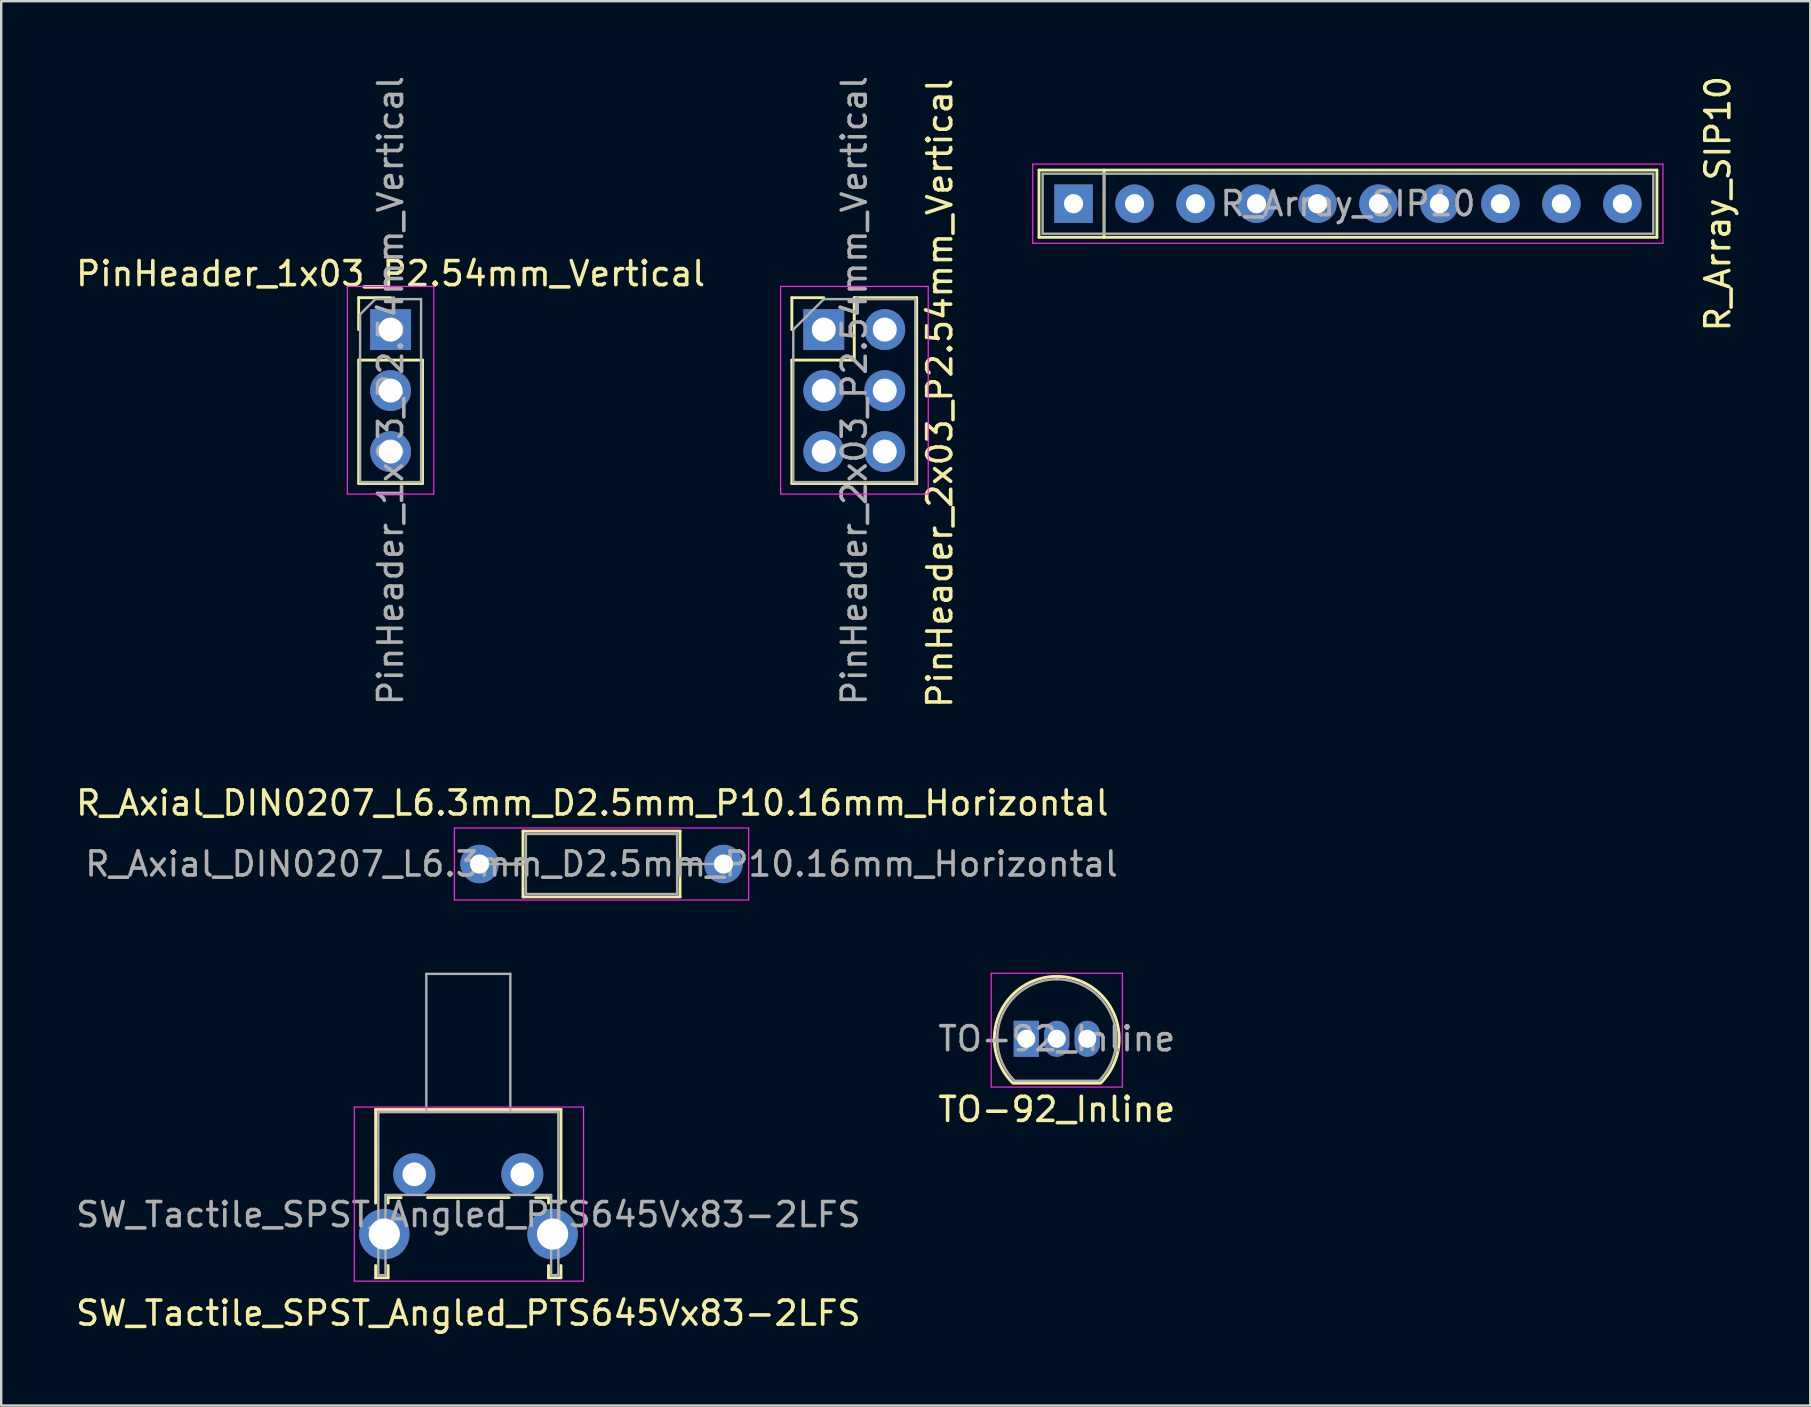
<source format=kicad_pcb>
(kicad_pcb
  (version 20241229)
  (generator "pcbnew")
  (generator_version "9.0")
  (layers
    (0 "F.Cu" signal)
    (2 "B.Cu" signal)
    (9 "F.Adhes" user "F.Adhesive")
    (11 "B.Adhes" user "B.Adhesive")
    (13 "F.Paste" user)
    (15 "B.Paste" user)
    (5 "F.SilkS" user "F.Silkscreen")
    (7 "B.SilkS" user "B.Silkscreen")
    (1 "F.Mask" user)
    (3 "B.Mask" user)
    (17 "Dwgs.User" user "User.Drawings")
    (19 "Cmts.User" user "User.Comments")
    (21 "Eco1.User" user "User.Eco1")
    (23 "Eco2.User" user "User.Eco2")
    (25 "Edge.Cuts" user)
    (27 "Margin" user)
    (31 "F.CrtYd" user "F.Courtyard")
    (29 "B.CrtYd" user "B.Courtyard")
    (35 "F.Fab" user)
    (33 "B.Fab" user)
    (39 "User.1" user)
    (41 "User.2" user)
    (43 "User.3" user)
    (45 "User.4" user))
  (footprint "SW_Tactile_SPST_Angled_PTS645Vx83-2LFS"
    (layer "F.Cu")
    (at 14.208 45.866)
    (property "Reference" "SW_Tactile_SPST_Angled_PTS645Vx83-2LFS" (at 2.25 5.785 0) (layer "F.SilkS") (effects (font (size 1 1) (thickness 0.15))))
    (attr through_hole)
    (fp_line (start -1.61 -2.7) (end -1.61 1.2) (stroke (width 0.12) (type solid)) (layer "F.SilkS"))
    (fp_line (start -1.61 -2.7) (end 6.11 -2.7) (stroke (width 0.12) (type solid)) (layer "F.SilkS"))
    (fp_line (start -1.61 3.8) (end -1.61 4.31) (stroke (width 0.12) (type solid)) (layer "F.SilkS"))
    (fp_line (start -1.61 4.31) (end -1.09 4.31) (stroke (width 0.12) (type solid)) (layer "F.SilkS"))
    (fp_line (start -1.09 0.97) (end -1.09 1.2) (stroke (width 0.12) (type solid)) (layer "F.SilkS"))
    (fp_line (start -1.09 0.97) (end -0.55 0.97) (stroke (width 0.12) (type solid)) (layer "F.SilkS"))
    (fp_line (start -1.09 3.8) (end -1.09 4.31) (stroke (width 0.12) (type solid)) (layer "F.SilkS"))
    (fp_line (start 0.55 0.97) (end 3.95 0.97) (stroke (width 0.12) (type solid)) (layer "F.SilkS"))
    (fp_line (start 5.05 0.97) (end 5.59 0.97) (stroke (width 0.12) (type solid)) (layer "F.SilkS"))
    (fp_line (start 5.59 0.97) (end 5.59 1.2) (stroke (width 0.12) (type solid)) (layer "F.SilkS"))
    (fp_line (start 5.59 3.8) (end 5.59 4.31) (stroke (width 0.12) (type solid)) (layer "F.SilkS"))
    (fp_line (start 5.59 4.31) (end 6.11 4.31) (stroke (width 0.12) (type solid)) (layer "F.SilkS"))
    (fp_line (start 6.11 -2.7) (end 6.11 1.2) (stroke (width 0.12) (type solid)) (layer "F.SilkS"))
    (fp_line (start 6.11 3.8) (end 6.11 4.31) (stroke (width 0.12) (type solid)) (layer "F.SilkS"))
    (fp_line (start -2.5 -2.8) (end 7.05 -2.8) (stroke (width 0.05) (type solid)) (layer "F.CrtYd"))
    (fp_line (start -2.5 4.45) (end -2.5 -2.8) (stroke (width 0.05) (type solid)) (layer "F.CrtYd"))
    (fp_line (start 7.05 -2.8) (end 7.05 4.45) (stroke (width 0.05) (type solid)) (layer "F.CrtYd"))
    (fp_line (start 7.05 4.45) (end -2.5 4.45) (stroke (width 0.05) (type solid)) (layer "F.CrtYd"))
    (fp_line (start -1.5 -2.59) (end 6 -2.59) (stroke (width 0.1) (type solid)) (layer "F.Fab"))
    (fp_line (start -1.5 4.2) (end -1.5 -2.59) (stroke (width 0.1) (type solid)) (layer "F.Fab"))
    (fp_line (start -1.5 4.2) (end -1.2 4.2) (stroke (width 0.1) (type solid)) (layer "F.Fab"))
    (fp_line (start -1.2 0.86) (end 5.7 0.86) (stroke (width 0.1) (type solid)) (layer "F.Fab"))
    (fp_line (start -1.2 4.2) (end -1.2 0.86) (stroke (width 0.1) (type solid)) (layer "F.Fab"))
    (fp_line (start 0.5 -8.35) (end 0.5 -2.59) (stroke (width 0.1) (type solid)) (layer "F.Fab"))
    (fp_line (start 0.5 -8.35) (end 4 -8.35) (stroke (width 0.1) (type solid)) (layer "F.Fab"))
    (fp_line (start 4 -8.35) (end 4 -2.59) (stroke (width 0.1) (type solid)) (layer "F.Fab"))
    (fp_line (start 5.7 4.2) (end 5.7 0.86) (stroke (width 0.1) (type solid)) (layer "F.Fab"))
    (fp_line (start 5.7 4.2) (end 6 4.2) (stroke (width 0.1) (type solid)) (layer "F.Fab"))
    (fp_line (start 6 4.2) (end 6 -2.59) (stroke (width 0.1) (type solid)) (layer "F.Fab"))
    (fp_text user "${REFERENCE}" (at 2.25 1.68 0) (layer "F.Fab") (effects (font (size 1 1) (thickness 0.15))))
    (pad "" thru_hole circle (at -1.25 2.49) (size 2.1 2.1) (drill 1.3) (layers "*.Cu" "*.Mask"))
    (pad "" thru_hole circle (at 5.76 2.49) (size 2.1 2.1) (drill 1.3) (layers "*.Cu" "*.Mask"))
    (pad "1" thru_hole circle (at 0 0) (size 1.75 1.75) (drill 0.99) (layers "*.Cu" "*.Mask"))
    (pad "2" thru_hole circle (at 4.5 0) (size 1.75 1.75) (drill 0.99) (layers "*.Cu" "*.Mask")))
  (footprint "PinHeader_2x03_P2.54mm_Vertical"
    (layer "F.Cu")
    (at 31.265 10.68)
    (property "Reference" "PinHeader_2x03_P2.54mm_Vertical" (at 4.831 2.652 270) (layer "F.SilkS") (effects (font (size 1 1) (thickness 0.15))))
    (attr through_hole)
    (fp_line (start -1.33 -1.33) (end 0 -1.33) (stroke (width 0.12) (type solid)) (layer "F.SilkS"))
    (fp_line (start -1.33 0) (end -1.33 -1.33) (stroke (width 0.12) (type solid)) (layer "F.SilkS"))
    (fp_line (start -1.33 1.27) (end -1.33 6.41) (stroke (width 0.12) (type solid)) (layer "F.SilkS"))
    (fp_line (start -1.33 1.27) (end 1.27 1.27) (stroke (width 0.12) (type solid)) (layer "F.SilkS"))
    (fp_line (start -1.33 6.41) (end 3.87 6.41) (stroke (width 0.12) (type solid)) (layer "F.SilkS"))
    (fp_line (start 1.27 -1.33) (end 3.87 -1.33) (stroke (width 0.12) (type solid)) (layer "F.SilkS"))
    (fp_line (start 1.27 1.27) (end 1.27 -1.33) (stroke (width 0.12) (type solid)) (layer "F.SilkS"))
    (fp_line (start 3.87 -1.33) (end 3.87 6.41) (stroke (width 0.12) (type solid)) (layer "F.SilkS"))
    (fp_line (start -1.8 -1.8) (end -1.8 6.85) (stroke (width 0.05) (type solid)) (layer "F.CrtYd"))
    (fp_line (start -1.8 6.85) (end 4.35 6.85) (stroke (width 0.05) (type solid)) (layer "F.CrtYd"))
    (fp_line (start 4.35 -1.8) (end -1.8 -1.8) (stroke (width 0.05) (type solid)) (layer "F.CrtYd"))
    (fp_line (start 4.35 6.85) (end 4.35 -1.8) (stroke (width 0.05) (type solid)) (layer "F.CrtYd"))
    (fp_line (start -1.27 0) (end 0 -1.27) (stroke (width 0.1) (type solid)) (layer "F.Fab"))
    (fp_line (start -1.27 6.35) (end -1.27 0) (stroke (width 0.1) (type solid)) (layer "F.Fab"))
    (fp_line (start 0 -1.27) (end 3.81 -1.27) (stroke (width 0.1) (type solid)) (layer "F.Fab"))
    (fp_line (start 3.81 -1.27) (end 3.81 6.35) (stroke (width 0.1) (type solid)) (layer "F.Fab"))
    (fp_line (start 3.81 6.35) (end -1.27 6.35) (stroke (width 0.1) (type solid)) (layer "F.Fab"))
    (fp_text user "${REFERENCE}" (at 1.27 2.54 90) (layer "F.Fab") (effects (font (size 1 1) (thickness 0.15))))
    (pad "1" thru_hole rect (at 0 0) (size 1.7 1.7) (drill 1) (layers "*.Cu" "*.Mask"))
    (pad "2" thru_hole oval (at 2.54 0) (size 1.7 1.7) (drill 1) (layers "*.Cu" "*.Mask"))
    (pad "3" thru_hole oval (at 0 2.54) (size 1.7 1.7) (drill 1) (layers "*.Cu" "*.Mask"))
    (pad "4" thru_hole oval (at 2.54 2.54) (size 1.7 1.7) (drill 1) (layers "*.Cu" "*.Mask"))
    (pad "5" thru_hole oval (at 0 5.08) (size 1.7 1.7) (drill 1) (layers "*.Cu" "*.Mask"))
    (pad "6" thru_hole oval (at 2.54 5.08) (size 1.7 1.7) (drill 1) (layers "*.Cu" "*.Mask")))
  (footprint "TO-92_Inline"
    (layer "F.Cu")
    (at 39.7 40.221)
    (property "Reference" "TO-92_Inline" (at 1.27 2.942 180) (layer "F.SilkS") (effects (font (size 1 1) (thickness 0.15))))
    (attr through_hole)
    (fp_line (start -0.53 1.85) (end 3.07 1.85) (stroke (width 0.12) (type solid)) (layer "F.SilkS"))
    (fp_arc (start -0.568478 1.838478) (mid -1.132087 -0.994977) (end 1.27 -2.6) (stroke (width 0.12) (type solid)) (layer "F.SilkS"))
    (fp_arc (start 1.27 -2.6) (mid 3.672087 -0.994977) (end 3.108478 1.838478) (stroke (width 0.12) (type solid)) (layer "F.SilkS"))
    (fp_line (start -1.46 -2.73) (end -1.46 2.01) (stroke (width 0.05) (type solid)) (layer "F.CrtYd"))
    (fp_line (start -1.46 -2.73) (end 4 -2.73) (stroke (width 0.05) (type solid)) (layer "F.CrtYd"))
    (fp_line (start 4 2.01) (end -1.46 2.01) (stroke (width 0.05) (type solid)) (layer "F.CrtYd"))
    (fp_line (start 4 2.01) (end 4 -2.73) (stroke (width 0.05) (type solid)) (layer "F.CrtYd"))
    (fp_line (start -0.5 1.75) (end 3 1.75) (stroke (width 0.1) (type solid)) (layer "F.Fab"))
    (fp_arc (start -0.483625 1.753625) (mid -1.021221 -0.949055) (end 1.27 -2.48) (stroke (width 0.1) (type solid)) (layer "F.Fab"))
    (fp_arc (start 1.27 -2.48) (mid 3.561221 -0.949055) (end 3.023625 1.753625) (stroke (width 0.1) (type solid)) (layer "F.Fab"))
    (fp_text user "${REFERENCE}" (at 1.27 0 180) (layer "F.Fab") (effects (font (size 1 1) (thickness 0.15))))
    (pad "1" thru_hole rect (at 0 0) (size 1.05 1.5) (drill 0.75) (layers "*.Cu" "*.Mask"))
    (pad "2" thru_hole oval (at 1.27 0) (size 1.05 1.5) (drill 0.75) (layers "*.Cu" "*.Mask"))
    (pad "3" thru_hole oval (at 2.54 0) (size 1.05 1.5) (drill 0.75) (layers "*.Cu" "*.Mask")))
  (footprint "R_Array_SIP10"
    (layer "F.Cu")
    (at 41.67 5.435)
    (property "Reference" "R_Array_SIP10" (at 26.839 0 90) (layer "F.SilkS") (effects (font (size 1 1) (thickness 0.15))))
    (attr through_hole)
    (fp_line (start -1.44 -1.4) (end -1.44 1.4) (stroke (width 0.12) (type solid)) (layer "F.SilkS"))
    (fp_line (start -1.44 1.4) (end 24.3 1.4) (stroke (width 0.12) (type solid)) (layer "F.SilkS"))
    (fp_line (start 1.27 -1.4) (end 1.27 1.4) (stroke (width 0.12) (type solid)) (layer "F.SilkS"))
    (fp_line (start 24.3 -1.4) (end -1.44 -1.4) (stroke (width 0.12) (type solid)) (layer "F.SilkS"))
    (fp_line (start 24.3 1.4) (end 24.3 -1.4) (stroke (width 0.12) (type solid)) (layer "F.SilkS"))
    (fp_line (start -1.7 -1.65) (end -1.7 1.65) (stroke (width 0.05) (type solid)) (layer "F.CrtYd"))
    (fp_line (start -1.7 1.65) (end 24.55 1.65) (stroke (width 0.05) (type solid)) (layer "F.CrtYd"))
    (fp_line (start 24.55 -1.65) (end -1.7 -1.65) (stroke (width 0.05) (type solid)) (layer "F.CrtYd"))
    (fp_line (start 24.55 1.65) (end 24.55 -1.65) (stroke (width 0.05) (type solid)) (layer "F.CrtYd"))
    (fp_line (start -1.29 -1.25) (end -1.29 1.25) (stroke (width 0.1) (type solid)) (layer "F.Fab"))
    (fp_line (start -1.29 1.25) (end 24.15 1.25) (stroke (width 0.1) (type solid)) (layer "F.Fab"))
    (fp_line (start 1.27 -1.25) (end 1.27 1.25) (stroke (width 0.1) (type solid)) (layer "F.Fab"))
    (fp_line (start 24.15 -1.25) (end -1.29 -1.25) (stroke (width 0.1) (type solid)) (layer "F.Fab"))
    (fp_line (start 24.15 1.25) (end 24.15 -1.25) (stroke (width 0.1) (type solid)) (layer "F.Fab"))
    (fp_text user "${REFERENCE}" (at 11.43 0 0) (layer "F.Fab") (effects (font (size 1 1) (thickness 0.15))))
    (pad "1" thru_hole rect (at 0 0) (size 1.6 1.6) (drill 0.8) (layers "*.Cu" "*.Mask"))
    (pad "2" thru_hole oval (at 2.54 0) (size 1.6 1.6) (drill 0.8) (layers "*.Cu" "*.Mask"))
    (pad "3" thru_hole oval (at 5.08 0) (size 1.6 1.6) (drill 0.8) (layers "*.Cu" "*.Mask"))
    (pad "4" thru_hole oval (at 7.62 0) (size 1.6 1.6) (drill 0.8) (layers "*.Cu" "*.Mask"))
    (pad "5" thru_hole oval (at 10.16 0) (size 1.6 1.6) (drill 0.8) (layers "*.Cu" "*.Mask"))
    (pad "6" thru_hole oval (at 12.7 0) (size 1.6 1.6) (drill 0.8) (layers "*.Cu" "*.Mask"))
    (pad "7" thru_hole oval (at 15.24 0) (size 1.6 1.6) (drill 0.8) (layers "*.Cu" "*.Mask"))
    (pad "8" thru_hole oval (at 17.78 0) (size 1.6 1.6) (drill 0.8) (layers "*.Cu" "*.Mask"))
    (pad "9" thru_hole oval (at 20.32 0) (size 1.6 1.6) (drill 0.8) (layers "*.Cu" "*.Mask"))
    (pad "10" thru_hole oval (at 22.86 0) (size 1.6 1.6) (drill 0.8) (layers "*.Cu" "*.Mask")))
  (footprint "R_Axial_DIN0207_L6.3mm_D2.5mm_P10.16mm_Horizontal"
    (layer "F.Cu")
    (at 16.926 32.941)
    (property "Reference" "R_Axial_DIN0207_L6.3mm_D2.5mm_P10.16mm_Horizontal" (at 4.699 -2.54 180) (layer "F.SilkS") (effects (font (size 1 1) (thickness 0.15))))
    (attr through_hole)
    (fp_line (start 1.04 0) (end 1.81 0) (stroke (width 0.12) (type solid)) (layer "F.SilkS"))
    (fp_line (start 1.81 -1.37) (end 1.81 1.37) (stroke (width 0.12) (type solid)) (layer "F.SilkS"))
    (fp_line (start 1.81 1.37) (end 8.35 1.37) (stroke (width 0.12) (type solid)) (layer "F.SilkS"))
    (fp_line (start 8.35 -1.37) (end 1.81 -1.37) (stroke (width 0.12) (type solid)) (layer "F.SilkS"))
    (fp_line (start 8.35 1.37) (end 8.35 -1.37) (stroke (width 0.12) (type solid)) (layer "F.SilkS"))
    (fp_line (start 9.12 0) (end 8.35 0) (stroke (width 0.12) (type solid)) (layer "F.SilkS"))
    (fp_line (start -1.05 -1.5) (end -1.05 1.5) (stroke (width 0.05) (type solid)) (layer "F.CrtYd"))
    (fp_line (start -1.05 1.5) (end 11.21 1.5) (stroke (width 0.05) (type solid)) (layer "F.CrtYd"))
    (fp_line (start 11.21 -1.5) (end -1.05 -1.5) (stroke (width 0.05) (type solid)) (layer "F.CrtYd"))
    (fp_line (start 11.21 1.5) (end 11.21 -1.5) (stroke (width 0.05) (type solid)) (layer "F.CrtYd"))
    (fp_line (start 0 0) (end 1.93 0) (stroke (width 0.1) (type solid)) (layer "F.Fab"))
    (fp_line (start 1.93 -1.25) (end 1.93 1.25) (stroke (width 0.1) (type solid)) (layer "F.Fab"))
    (fp_line (start 1.93 1.25) (end 8.23 1.25) (stroke (width 0.1) (type solid)) (layer "F.Fab"))
    (fp_line (start 8.23 -1.25) (end 1.93 -1.25) (stroke (width 0.1) (type solid)) (layer "F.Fab"))
    (fp_line (start 8.23 1.25) (end 8.23 -1.25) (stroke (width 0.1) (type solid)) (layer "F.Fab"))
    (fp_line (start 10.16 0) (end 8.23 0) (stroke (width 0.1) (type solid)) (layer "F.Fab"))
    (fp_text user "${REFERENCE}" (at 5.08 0 180) (layer "F.Fab") (effects (font (size 1 1) (thickness 0.15))))
    (pad "1" thru_hole circle (at 0 0) (size 1.6 1.6) (drill 0.8) (layers "*.Cu" "*.Mask"))
    (pad "2" thru_hole oval (at 10.16 0) (size 1.6 1.6) (drill 0.8) (layers "*.Cu" "*.Mask")))
  (footprint "PinHeader_1x03_P2.54mm_Vertical"
    (layer "F.Cu")
    (at 13.22 10.68)
    (property "Reference" "PinHeader_1x03_P2.54mm_Vertical" (at 0 -2.33 0) (layer "F.SilkS") (effects (font (size 1 1) (thickness 0.15))))
    (attr through_hole)
    (fp_line (start -1.33 -1.33) (end 0 -1.33) (stroke (width 0.12) (type solid)) (layer "F.SilkS"))
    (fp_line (start -1.33 0) (end -1.33 -1.33) (stroke (width 0.12) (type solid)) (layer "F.SilkS"))
    (fp_line (start -1.33 1.27) (end -1.33 6.41) (stroke (width 0.12) (type solid)) (layer "F.SilkS"))
    (fp_line (start -1.33 1.27) (end 1.33 1.27) (stroke (width 0.12) (type solid)) (layer "F.SilkS"))
    (fp_line (start -1.33 6.41) (end 1.33 6.41) (stroke (width 0.12) (type solid)) (layer "F.SilkS"))
    (fp_line (start 1.33 1.27) (end 1.33 6.41) (stroke (width 0.12) (type solid)) (layer "F.SilkS"))
    (fp_line (start -1.8 -1.8) (end -1.8 6.85) (stroke (width 0.05) (type solid)) (layer "F.CrtYd"))
    (fp_line (start -1.8 6.85) (end 1.8 6.85) (stroke (width 0.05) (type solid)) (layer "F.CrtYd"))
    (fp_line (start 1.8 -1.8) (end -1.8 -1.8) (stroke (width 0.05) (type solid)) (layer "F.CrtYd"))
    (fp_line (start 1.8 6.85) (end 1.8 -1.8) (stroke (width 0.05) (type solid)) (layer "F.CrtYd"))
    (fp_line (start -1.27 -0.635) (end -0.635 -1.27) (stroke (width 0.1) (type solid)) (layer "F.Fab"))
    (fp_line (start -1.27 6.35) (end -1.27 -0.635) (stroke (width 0.1) (type solid)) (layer "F.Fab"))
    (fp_line (start -0.635 -1.27) (end 1.27 -1.27) (stroke (width 0.1) (type solid)) (layer "F.Fab"))
    (fp_line (start 1.27 -1.27) (end 1.27 6.35) (stroke (width 0.1) (type solid)) (layer "F.Fab"))
    (fp_line (start 1.27 6.35) (end -1.27 6.35) (stroke (width 0.1) (type solid)) (layer "F.Fab"))
    (fp_text user "${REFERENCE}" (at 0 2.54 270) (layer "F.Fab") (effects (font (size 1 1) (thickness 0.15))))
    (pad "1" thru_hole rect (at 0 0) (size 1.7 1.7) (drill 1) (layers "*.Cu" "*.Mask"))
    (pad "2" thru_hole oval (at 0 2.54) (size 1.7 1.7) (drill 1) (layers "*.Cu" "*.Mask"))
    (pad "3" thru_hole oval (at 0 5.08) (size 1.7 1.7) (drill 1) (layers "*.Cu" "*.Mask")))
  (gr_rect
    (start -3 -3)
    (end 72.357 55.498)
    (stroke (width 0.1) (type default))
    (fill no)
    (layer "Edge.Cuts")))
</source>
